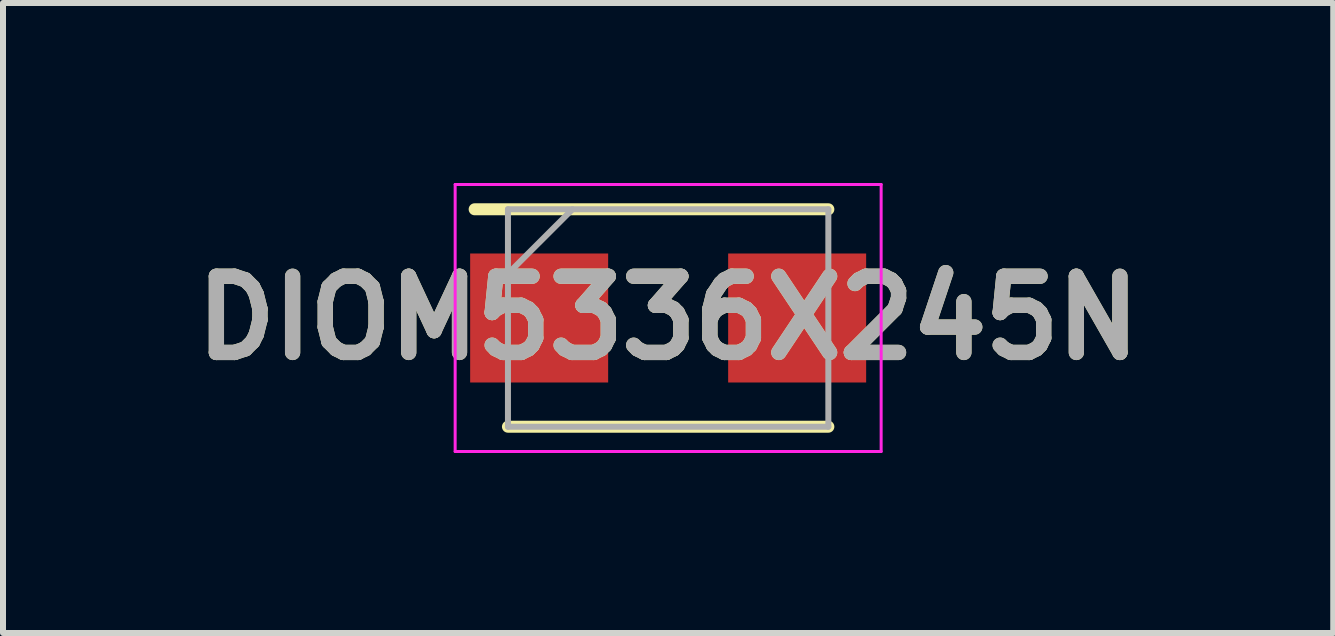
<source format=kicad_pcb>
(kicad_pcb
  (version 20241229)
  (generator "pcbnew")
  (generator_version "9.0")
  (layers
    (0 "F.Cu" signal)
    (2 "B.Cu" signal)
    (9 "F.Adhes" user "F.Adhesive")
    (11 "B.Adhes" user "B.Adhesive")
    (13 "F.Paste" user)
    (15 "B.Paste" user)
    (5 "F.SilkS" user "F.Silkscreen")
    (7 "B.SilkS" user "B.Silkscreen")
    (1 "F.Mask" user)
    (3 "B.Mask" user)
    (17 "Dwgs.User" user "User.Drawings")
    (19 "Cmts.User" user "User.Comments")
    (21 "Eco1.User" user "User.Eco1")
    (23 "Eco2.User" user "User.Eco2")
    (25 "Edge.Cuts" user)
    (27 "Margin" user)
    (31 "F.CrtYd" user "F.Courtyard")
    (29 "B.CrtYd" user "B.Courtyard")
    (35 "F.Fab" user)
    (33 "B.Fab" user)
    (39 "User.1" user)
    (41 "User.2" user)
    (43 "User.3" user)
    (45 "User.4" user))
  (footprint "DIOM5336X245N"
    (layer "F.Cu")
    (at 8.086 2.25)
    (property "Reference" "DIOM5336X245N" (at 0 0 0) (layer "F.SilkS") (effects (font (size 1.27 1.27) (thickness 0.254))))
    (attr smd)
    (fp_line (start -2.67 1.812) (end 2.67 1.812) (stroke (width 0.2) (type solid)) (layer "F.SilkS"))
    (fp_line (start 2.67 -1.812) (end -3.225 -1.812) (stroke (width 0.2) (type solid)) (layer "F.SilkS"))
    (fp_line (start -3.55 -2.225) (end 3.55 -2.225) (stroke (width 0.05) (type solid)) (layer "F.CrtYd"))
    (fp_line (start -3.55 2.225) (end -3.55 -2.225) (stroke (width 0.05) (type solid)) (layer "F.CrtYd"))
    (fp_line (start 3.55 -2.225) (end 3.55 2.225) (stroke (width 0.05) (type solid)) (layer "F.CrtYd"))
    (fp_line (start 3.55 2.225) (end -3.55 2.225) (stroke (width 0.05) (type solid)) (layer "F.CrtYd"))
    (fp_line (start -2.67 -1.812) (end 2.67 -1.812) (stroke (width 0.1) (type solid)) (layer "F.Fab"))
    (fp_line (start -2.67 -0.738) (end -1.595 -1.812) (stroke (width 0.1) (type solid)) (layer "F.Fab"))
    (fp_line (start -2.67 1.812) (end -2.67 -1.812) (stroke (width 0.1) (type solid)) (layer "F.Fab"))
    (fp_line (start 2.67 -1.812) (end 2.67 1.812) (stroke (width 0.1) (type solid)) (layer "F.Fab"))
    (fp_line (start 2.67 1.812) (end -2.67 1.812) (stroke (width 0.1) (type solid)) (layer "F.Fab"))
    (fp_text user "${REFERENCE}" (at 0 0 0) (layer "F.Fab") (effects (font (size 1.27 1.27) (thickness 0.254))))
    (pad "1" smd rect (at -2.15 0 90) (size 2.15 2.3) (layers "F.Cu" "F.Mask" "F.Paste"))
    (pad "2" smd rect (at 2.15 0 90) (size 2.15 2.3) (layers "F.Cu" "F.Mask" "F.Paste")))
  (gr_rect
    (start -3 -3)
    (end 19.171 7.5)
    (stroke (width 0.1) (type default))
    (fill no)
    (layer "Edge.Cuts")))
</source>
